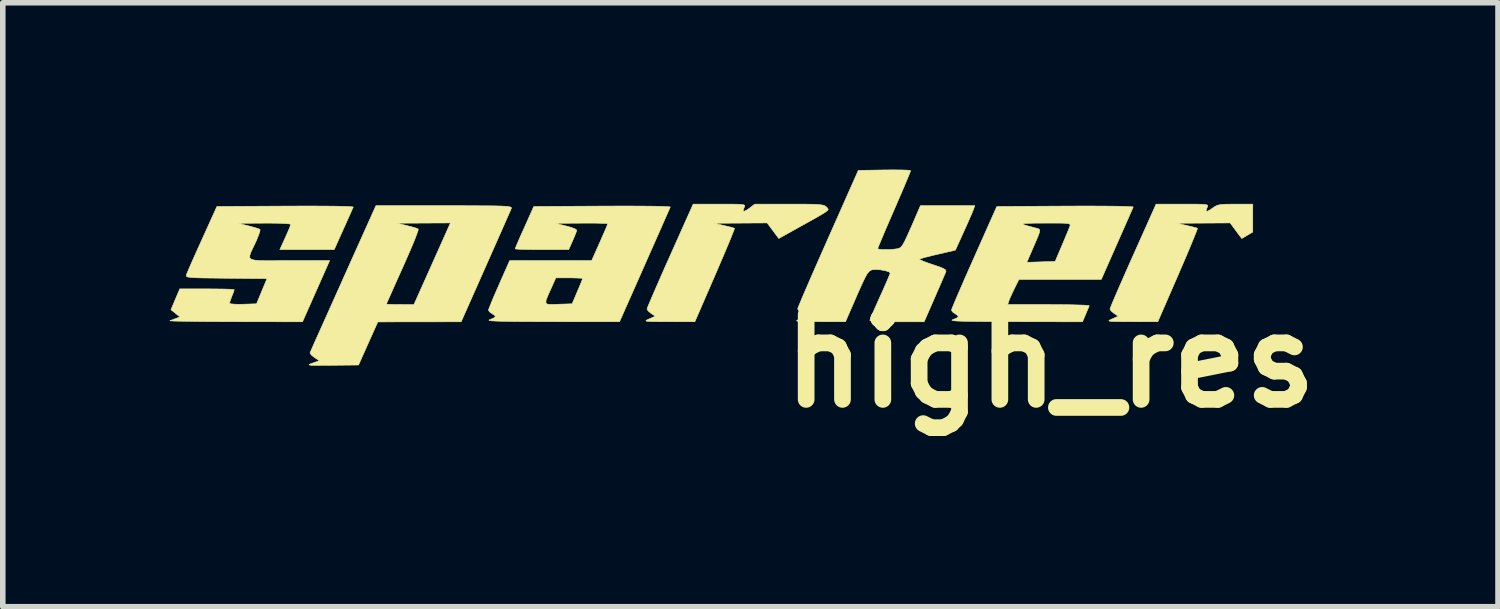
<source format=kicad_pcb>
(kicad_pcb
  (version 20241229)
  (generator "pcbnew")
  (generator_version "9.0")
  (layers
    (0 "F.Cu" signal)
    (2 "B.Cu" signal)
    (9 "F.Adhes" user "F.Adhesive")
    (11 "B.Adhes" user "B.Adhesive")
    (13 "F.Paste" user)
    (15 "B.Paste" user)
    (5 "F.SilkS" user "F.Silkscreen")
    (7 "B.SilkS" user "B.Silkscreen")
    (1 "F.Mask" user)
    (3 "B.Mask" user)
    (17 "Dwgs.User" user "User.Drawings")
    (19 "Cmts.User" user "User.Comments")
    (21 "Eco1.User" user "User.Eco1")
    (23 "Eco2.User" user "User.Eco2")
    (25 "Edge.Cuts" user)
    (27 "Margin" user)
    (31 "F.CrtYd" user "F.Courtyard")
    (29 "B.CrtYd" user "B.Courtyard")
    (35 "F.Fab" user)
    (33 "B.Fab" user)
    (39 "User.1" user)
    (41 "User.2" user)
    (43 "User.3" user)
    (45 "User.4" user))
  (footprint "high_res"
    (layer "F.Cu")
    (at 15.838 3.443)
    (property "Reference" "high_res" (at 0 0 0) (layer "F.SilkS") (effects (font (size 1.524 1.524) (thickness 0.3))))
    (attr through_hole)
    (fp_poly (pts (xy 2.551 -2.822) (xy 2.675 -2.821) (xy 2.758 -2.818) (xy 2.807 -2.811) (xy 2.829 -2.801) (xy 2.831 -2.786) (xy 2.822 -2.765) (xy 2.821 -2.763) (xy 2.8 -2.707) (xy 2.817 -2.692) (xy 2.87 -2.717) (xy 2.915 -2.749) (xy 2.961 -2.781) (xy 3.006 -2.802) (xy 3.064 -2.814) (xy 3.147 -2.82) (xy 3.269 -2.822) (xy 3.326 -2.822) (xy 3.641 -2.822) (xy 3.641 -2.32) (xy 3.443 -2.203) (xy 3.338 -2.343) (xy 3.234 -2.484) (xy 2.753 -2.481) (xy 2.272 -2.478) (xy 2.453 -2.438) (xy 2.547 -2.416) (xy 2.617 -2.398) (xy 2.646 -2.387) (xy 2.638 -2.359) (xy 2.61 -2.286) (xy 2.564 -2.173) (xy 2.504 -2.028) (xy 2.431 -1.855) (xy 2.348 -1.662) (xy 2.296 -1.541) (xy 1.933 -0.707) (xy 1.468 -0.708) (xy 1.296 -0.709) (xy 1.175 -0.71) (xy 1.098 -0.713) (xy 1.06 -0.719) (xy 1.053 -0.727) (xy 1.072 -0.74) (xy 1.111 -0.758) (xy 1.112 -0.758) (xy 1.221 -0.807) (xy 1.147 -0.856) (xy 1.095 -0.899) (xy 1.072 -0.935) (xy 1.072 -0.935) (xy 1.084 -0.967) (xy 1.115 -1.045) (xy 1.165 -1.162) (xy 1.23 -1.312) (xy 1.308 -1.49) (xy 1.396 -1.69) (xy 1.487 -1.894) (xy 1.902 -2.822) (xy 2.377 -2.822) (xy 2.551 -2.822)) (stroke (width 0.01) (type solid)) (fill yes) (layer "F.SilkS"))
    (fp_poly (pts (xy -5.775 -2.822) (xy -5.65 -2.821) (xy -5.567 -2.818) (xy -5.519 -2.811) (xy -5.497 -2.801) (xy -5.494 -2.786) (xy -5.504 -2.765) (xy -5.505 -2.763) (xy -5.526 -2.707) (xy -5.509 -2.692) (xy -5.456 -2.717) (xy -5.411 -2.749) (xy -5.315 -2.822) (xy -4.694 -2.822) (xy -4.49 -2.822) (xy -4.335 -2.821) (xy -4.222 -2.818) (xy -4.142 -2.812) (xy -4.089 -2.804) (xy -4.055 -2.793) (xy -4.033 -2.777) (xy -4.024 -2.768) (xy -4.007 -2.75) (xy -3.996 -2.735) (xy -3.997 -2.72) (xy -4.016 -2.699) (xy -4.056 -2.67) (xy -4.125 -2.628) (xy -4.226 -2.57) (xy -4.366 -2.492) (xy -4.55 -2.39) (xy -4.551 -2.389) (xy -4.884 -2.204) (xy -4.988 -2.344) (xy -5.092 -2.484) (xy -6.054 -2.478) (xy -5.872 -2.438) (xy -5.778 -2.416) (xy -5.709 -2.398) (xy -5.679 -2.387) (xy -5.687 -2.359) (xy -5.716 -2.286) (xy -5.761 -2.173) (xy -5.822 -2.028) (xy -5.895 -1.855) (xy -5.978 -1.662) (xy -6.03 -1.541) (xy -6.392 -0.707) (xy -6.858 -0.708) (xy -7.029 -0.709) (xy -7.15 -0.71) (xy -7.227 -0.713) (xy -7.266 -0.719) (xy -7.273 -0.727) (xy -7.254 -0.74) (xy -7.215 -0.758) (xy -7.214 -0.758) (xy -7.104 -0.807) (xy -7.179 -0.856) (xy -7.231 -0.899) (xy -7.253 -0.935) (xy -7.253 -0.935) (xy -7.242 -0.967) (xy -7.21 -1.045) (xy -7.16 -1.162) (xy -7.095 -1.312) (xy -7.017 -1.49) (xy -6.929 -1.69) (xy -6.838 -1.894) (xy -6.423 -2.822) (xy -5.948 -2.822) (xy -5.775 -2.822)) (stroke (width 0.01) (type solid)) (fill yes) (layer "F.SilkS"))
    (fp_poly (pts (xy -10.606 -2.794) (xy -10.362 -2.793) (xy -10.165 -2.792) (xy -10.01 -2.791) (xy -9.892 -2.788) (xy -9.807 -2.784) (xy -9.749 -2.779) (xy -9.713 -2.772) (xy -9.696 -2.764) (xy -9.691 -2.754) (xy -9.693 -2.745) (xy -9.708 -2.708) (xy -9.744 -2.627) (xy -9.798 -2.505) (xy -9.866 -2.35) (xy -9.947 -2.167) (xy -10.038 -1.962) (xy -10.136 -1.741) (xy -10.154 -1.7) (xy -10.595 -0.706) (xy -11.344 -0.705) (xy -12.093 -0.704) (xy -12.267 -0.317) (xy -12.44 0.071) (xy -12.916 0.076) (xy -13.088 0.077) (xy -13.21 0.078) (xy -13.288 0.076) (xy -13.326 0.071) (xy -13.331 0.064) (xy -13.308 0.052) (xy -13.268 0.037) (xy -13.145 -0.007) (xy -13.234 -0.064) (xy -13.289 -0.108) (xy -13.313 -0.146) (xy -13.312 -0.152) (xy -13.298 -0.183) (xy -13.264 -0.261) (xy -13.211 -0.38) (xy -13.141 -0.536) (xy -13.057 -0.723) (xy -12.961 -0.937) (xy -12.921 -1.026) (xy -11.938 -1.026) (xy -11.912 -1.021) (xy -11.842 -1.018) (xy -11.741 -1.016) (xy -11.691 -1.016) (xy -11.444 -1.017) (xy -11.116 -1.75) (xy -10.788 -2.484) (xy -11.755 -2.479) (xy -11.571 -2.436) (xy -11.474 -2.411) (xy -11.4 -2.389) (xy -11.366 -2.373) (xy -11.371 -2.343) (xy -11.397 -2.269) (xy -11.441 -2.157) (xy -11.5 -2.016) (xy -11.572 -1.851) (xy -11.641 -1.694) (xy -11.722 -1.515) (xy -11.794 -1.354) (xy -11.854 -1.218) (xy -11.901 -1.113) (xy -11.93 -1.047) (xy -11.938 -1.026) (xy -12.921 -1.026) (xy -12.856 -1.172) (xy -12.743 -1.423) (xy -12.714 -1.489) (xy -12.128 -2.794) (xy -10.901 -2.794) (xy -10.606 -2.794)) (stroke (width 0.01) (type solid)) (fill yes) (layer "F.SilkS"))
    (fp_poly (pts (xy 0.765 -2.788) (xy 0.979 -2.787) (xy 1.163 -2.785) (xy 1.312 -2.782) (xy 1.419 -2.778) (xy 1.48 -2.774) (xy 1.491 -2.771) (xy 1.478 -2.739) (xy 1.444 -2.663) (xy 1.395 -2.551) (xy 1.332 -2.408) (xy 1.259 -2.243) (xy 1.199 -2.107) (xy 0.917 -1.468) (xy 0.177 -1.468) (xy -0.564 -1.468) (xy -0.645 -1.305) (xy -0.691 -1.209) (xy -0.729 -1.125) (xy -0.746 -1.079) (xy -0.766 -1.016) (xy -0.028 -1.016) (xy 0.169 -1.015) (xy 0.345 -1.013) (xy 0.494 -1.009) (xy 0.608 -1.005) (xy 0.679 -1) (xy 0.701 -0.994) (xy 0.685 -0.957) (xy 0.655 -0.887) (xy 0.635 -0.839) (xy 0.579 -0.706) (xy -0.635 -0.708) (xy -0.935 -0.709) (xy -1.183 -0.71) (xy -1.381 -0.712) (xy -1.534 -0.715) (xy -1.646 -0.718) (xy -1.72 -0.723) (xy -1.761 -0.729) (xy -1.77 -0.736) (xy -1.759 -0.743) (xy -1.681 -0.775) (xy -1.655 -0.801) (xy -1.675 -0.827) (xy -1.707 -0.847) (xy -1.759 -0.884) (xy -1.778 -0.916) (xy -1.767 -0.948) (xy -1.735 -1.026) (xy -1.686 -1.143) (xy -1.621 -1.293) (xy -1.544 -1.471) (xy -1.456 -1.67) (xy -1.37 -1.863) (xy -1.103 -2.464) (xy -0.492 -2.464) (xy -0.469 -2.45) (xy -0.403 -2.43) (xy -0.297 -2.402) (xy -0.276 -2.396) (xy -0.232 -2.386) (xy -0.203 -2.374) (xy -0.191 -2.354) (xy -0.195 -2.316) (xy -0.218 -2.251) (xy -0.26 -2.151) (xy -0.321 -2.01) (xy -0.422 -1.776) (xy -0.167 -1.784) (xy 0.087 -1.792) (xy 0.213 -2.088) (xy 0.265 -2.212) (xy 0.31 -2.319) (xy 0.342 -2.399) (xy 0.355 -2.434) (xy 0.357 -2.452) (xy 0.345 -2.465) (xy 0.311 -2.474) (xy 0.247 -2.479) (xy 0.147 -2.481) (xy 0.002 -2.481) (xy -0.104 -2.481) (xy -0.279 -2.48) (xy -0.4 -2.477) (xy -0.47 -2.473) (xy -0.492 -2.464) (xy -1.103 -2.464) (xy -0.962 -2.78) (xy 0.269 -2.787) (xy 0.526 -2.788) (xy 0.765 -2.788)) (stroke (width 0.01) (type solid)) (fill yes) (layer "F.SilkS"))
    (fp_poly (pts (xy -7.54 -2.788) (xy -7.322 -2.787) (xy -7.138 -2.785) (xy -6.994 -2.782) (xy -6.893 -2.777) (xy -6.84 -2.773) (xy -6.834 -2.77) (xy -6.848 -2.739) (xy -6.881 -2.663) (xy -6.933 -2.546) (xy -6.999 -2.395) (xy -7.079 -2.215) (xy -7.169 -2.011) (xy -7.267 -1.791) (xy -7.295 -1.726) (xy -7.747 -0.707) (xy -8.961 -0.708) (xy -9.261 -0.709) (xy -9.508 -0.71) (xy -9.707 -0.712) (xy -9.86 -0.715) (xy -9.972 -0.719) (xy -10.046 -0.723) (xy -10.086 -0.729) (xy -10.096 -0.736) (xy -10.084 -0.743) (xy -10.007 -0.775) (xy -9.98 -0.801) (xy -10 -0.827) (xy -10.033 -0.847) (xy -10.084 -0.884) (xy -10.104 -0.915) (xy -10.093 -0.95) (xy -10.062 -1.027) (xy -10.053 -1.049) (xy -9.072 -1.049) (xy -9.047 -1.024) (xy -8.987 -1.018) (xy -8.888 -1.02) (xy -8.846 -1.022) (xy -8.599 -1.03) (xy -8.505 -1.252) (xy -8.462 -1.353) (xy -8.429 -1.433) (xy -8.412 -1.479) (xy -8.41 -1.484) (xy -8.436 -1.49) (xy -8.506 -1.493) (xy -8.606 -1.496) (xy -8.651 -1.496) (xy -8.892 -1.496) (xy -8.972 -1.318) (xy -9.031 -1.187) (xy -9.066 -1.1) (xy -9.072 -1.049) (xy -10.053 -1.049) (xy -10.017 -1.137) (xy -9.959 -1.271) (xy -9.913 -1.376) (xy -9.723 -1.806) (xy -8.985 -1.806) (xy -8.248 -1.806) (xy -8.103 -2.131) (xy -8.049 -2.255) (xy -8.003 -2.359) (xy -7.972 -2.434) (xy -7.959 -2.469) (xy -7.959 -2.47) (xy -7.985 -2.474) (xy -8.059 -2.477) (xy -8.171 -2.48) (xy -8.312 -2.481) (xy -8.431 -2.48) (xy -8.904 -2.477) (xy -8.707 -2.429) (xy -8.611 -2.402) (xy -8.543 -2.375) (xy -8.515 -2.353) (xy -8.515 -2.351) (xy -8.529 -2.311) (xy -8.559 -2.236) (xy -8.591 -2.162) (xy -8.661 -2.004) (xy -9.142 -2.004) (xy -9.3 -2.005) (xy -9.436 -2.007) (xy -9.541 -2.01) (xy -9.607 -2.015) (xy -9.624 -2.018) (xy -9.613 -2.048) (xy -9.583 -2.12) (xy -9.538 -2.224) (xy -9.481 -2.35) (xy -9.456 -2.406) (xy -9.289 -2.78) (xy -8.057 -2.787) (xy -7.786 -2.788) (xy -7.54 -2.788)) (stroke (width 0.01) (type solid)) (fill yes) (layer "F.SilkS"))
    (fp_poly (pts (xy -13.235 -2.788) (xy -13.017 -2.787) (xy -12.834 -2.785) (xy -12.69 -2.781) (xy -12.59 -2.777) (xy -12.54 -2.772) (xy -12.535 -2.77) (xy -12.55 -2.736) (xy -12.583 -2.661) (xy -12.631 -2.554) (xy -12.688 -2.426) (xy -12.712 -2.374) (xy -12.878 -2.004) (xy -13.856 -2.004) (xy -13.758 -2.219) (xy -13.713 -2.321) (xy -13.678 -2.403) (xy -13.661 -2.452) (xy -13.66 -2.459) (xy -13.686 -2.467) (xy -13.76 -2.473) (xy -13.872 -2.478) (xy -14.013 -2.48) (xy -14.132 -2.48) (xy -14.605 -2.477) (xy -14.417 -2.431) (xy -14.32 -2.405) (xy -14.246 -2.382) (xy -14.211 -2.367) (xy -14.211 -2.367) (xy -14.214 -2.335) (xy -14.237 -2.266) (xy -14.275 -2.171) (xy -14.291 -2.137) (xy -14.339 -2.036) (xy -14.376 -1.958) (xy -14.396 -1.899) (xy -14.396 -1.858) (xy -14.37 -1.831) (xy -14.312 -1.815) (xy -14.218 -1.807) (xy -14.082 -1.805) (xy -13.9 -1.806) (xy -13.693 -1.806) (xy -12.96 -1.806) (xy -13.448 -0.706) (xy -14.661 -0.708) (xy -14.915 -0.709) (xy -15.149 -0.71) (xy -15.357 -0.712) (xy -15.535 -0.715) (xy -15.676 -0.717) (xy -15.775 -0.72) (xy -15.827 -0.724) (xy -15.833 -0.726) (xy -15.774 -0.748) (xy -15.721 -0.768) (xy -15.652 -0.793) (xy -15.814 -0.923) (xy -15.735 -1.11) (xy -15.655 -1.298) (xy -15.165 -1.298) (xy -15.006 -1.297) (xy -14.869 -1.295) (xy -14.762 -1.292) (xy -14.695 -1.287) (xy -14.676 -1.283) (xy -14.685 -1.25) (xy -14.71 -1.186) (xy -14.718 -1.167) (xy -14.745 -1.095) (xy -14.76 -1.046) (xy -14.76 -1.04) (xy -14.734 -1.029) (xy -14.664 -1.022) (xy -14.563 -1.021) (xy -14.517 -1.022) (xy -14.274 -1.03) (xy -14.181 -1.256) (xy -14.087 -1.482) (xy -14.821 -1.489) (xy -15.043 -1.492) (xy -15.214 -1.494) (xy -15.342 -1.497) (xy -15.432 -1.502) (xy -15.491 -1.508) (xy -15.524 -1.516) (xy -15.538 -1.527) (xy -15.539 -1.542) (xy -15.537 -1.551) (xy -15.52 -1.592) (xy -15.484 -1.676) (xy -15.432 -1.795) (xy -15.367 -1.941) (xy -15.292 -2.106) (xy -15.253 -2.193) (xy -14.987 -2.78) (xy -13.756 -2.787) (xy -13.483 -2.788) (xy -13.235 -2.788)) (stroke (width 0.01) (type solid)) (fill yes) (layer "F.SilkS"))
    (fp_poly (pts (xy -2.693 -3.437) (xy -2.59 -3.434) (xy -2.527 -3.429) (xy -2.512 -3.424) (xy -2.523 -3.393) (xy -2.553 -3.318) (xy -2.6 -3.206) (xy -2.661 -3.062) (xy -2.733 -2.895) (xy -2.808 -2.721) (xy -2.887 -2.539) (xy -2.959 -2.373) (xy -3.019 -2.231) (xy -3.065 -2.121) (xy -3.095 -2.049) (xy -3.104 -2.022) (xy -3.079 -2.011) (xy -3.015 -2.005) (xy -2.928 -2.005) (xy -2.836 -2.009) (xy -2.756 -2.019) (xy -2.747 -2.02) (xy -2.713 -2.031) (xy -2.683 -2.053) (xy -2.651 -2.096) (xy -2.613 -2.166) (xy -2.563 -2.273) (xy -2.5 -2.415) (xy -2.336 -2.794) (xy -1.358 -2.794) (xy -1.386 -2.716) (xy -1.408 -2.661) (xy -1.449 -2.567) (xy -1.501 -2.449) (xy -1.56 -2.318) (xy -1.561 -2.316) (xy -1.707 -1.994) (xy -2.023 -1.921) (xy -2.149 -1.891) (xy -2.255 -1.864) (xy -2.327 -1.843) (xy -2.354 -1.833) (xy -2.336 -1.818) (xy -2.275 -1.791) (xy -2.181 -1.757) (xy -2.115 -1.735) (xy -1.993 -1.694) (xy -1.917 -1.662) (xy -1.881 -1.636) (xy -1.877 -1.611) (xy -1.877 -1.61) (xy -1.893 -1.57) (xy -1.928 -1.489) (xy -1.977 -1.375) (xy -2.037 -1.238) (xy -2.081 -1.136) (xy -2.269 -0.706) (xy -2.757 -0.706) (xy -2.916 -0.707) (xy -3.054 -0.711) (xy -3.16 -0.716) (xy -3.227 -0.724) (xy -3.246 -0.73) (xy -3.234 -0.763) (xy -3.204 -0.838) (xy -3.157 -0.946) (xy -3.099 -1.076) (xy -3.062 -1.159) (xy -2.999 -1.299) (xy -2.946 -1.42) (xy -2.906 -1.513) (xy -2.883 -1.57) (xy -2.879 -1.583) (xy -2.904 -1.605) (xy -2.967 -1.625) (xy -3.05 -1.64) (xy -3.133 -1.647) (xy -3.2 -1.642) (xy -3.204 -1.641) (xy -3.236 -1.629) (xy -3.265 -1.605) (xy -3.297 -1.563) (xy -3.334 -1.495) (xy -3.383 -1.393) (xy -3.447 -1.25) (xy -3.485 -1.163) (xy -3.683 -0.707) (xy -4.149 -0.708) (xy -4.32 -0.709) (xy -4.441 -0.71) (xy -4.518 -0.713) (xy -4.556 -0.719) (xy -4.563 -0.727) (xy -4.544 -0.74) (xy -4.506 -0.758) (xy -4.505 -0.758) (xy -4.395 -0.807) (xy -4.469 -0.856) (xy -4.521 -0.9) (xy -4.543 -0.939) (xy -4.543 -0.939) (xy -4.532 -0.971) (xy -4.5 -1.049) (xy -4.45 -1.169) (xy -4.383 -1.325) (xy -4.302 -1.511) (xy -4.209 -1.723) (xy -4.107 -1.955) (xy -3.998 -2.201) (xy -3.453 -3.429) (xy -2.983 -3.437) (xy -2.827 -3.438) (xy -2.693 -3.437)) (stroke (width 0.01) (type solid)) (fill yes) (layer "F.SilkS")))
  (gr_rect
    (start -3 -3)
    (end 23.889 7.861)
    (stroke (width 0.1) (type default))
    (fill no)
    (layer "Edge.Cuts")))
</source>
